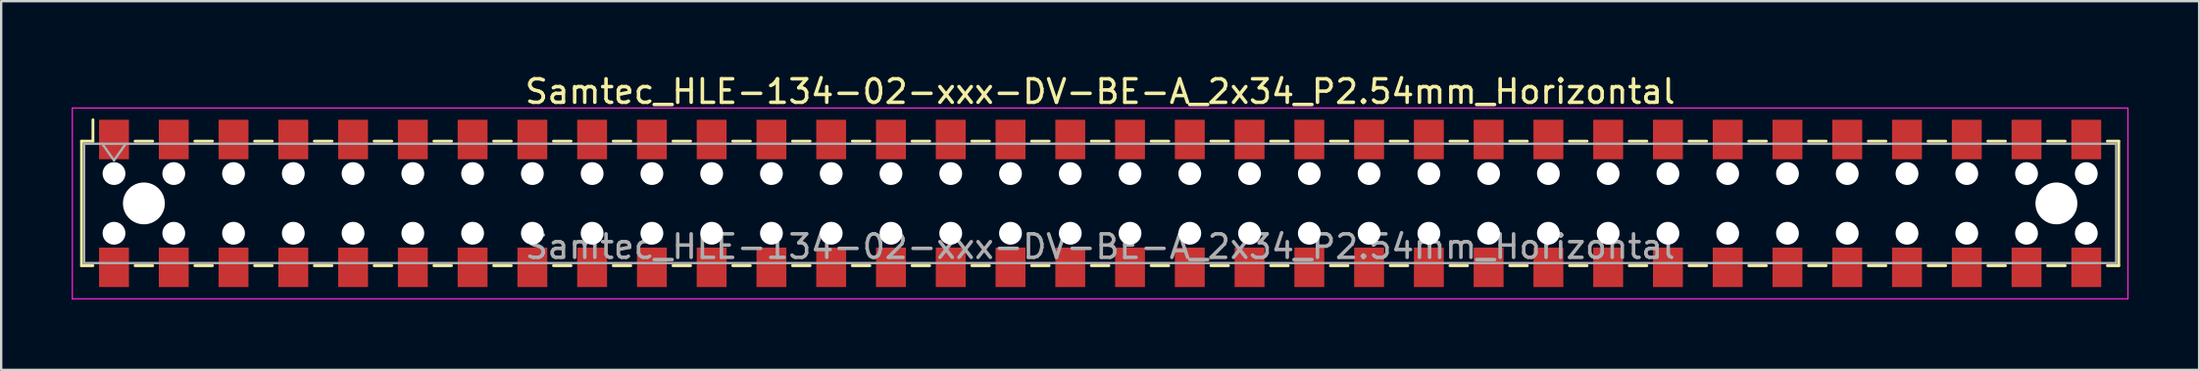
<source format=kicad_pcb>
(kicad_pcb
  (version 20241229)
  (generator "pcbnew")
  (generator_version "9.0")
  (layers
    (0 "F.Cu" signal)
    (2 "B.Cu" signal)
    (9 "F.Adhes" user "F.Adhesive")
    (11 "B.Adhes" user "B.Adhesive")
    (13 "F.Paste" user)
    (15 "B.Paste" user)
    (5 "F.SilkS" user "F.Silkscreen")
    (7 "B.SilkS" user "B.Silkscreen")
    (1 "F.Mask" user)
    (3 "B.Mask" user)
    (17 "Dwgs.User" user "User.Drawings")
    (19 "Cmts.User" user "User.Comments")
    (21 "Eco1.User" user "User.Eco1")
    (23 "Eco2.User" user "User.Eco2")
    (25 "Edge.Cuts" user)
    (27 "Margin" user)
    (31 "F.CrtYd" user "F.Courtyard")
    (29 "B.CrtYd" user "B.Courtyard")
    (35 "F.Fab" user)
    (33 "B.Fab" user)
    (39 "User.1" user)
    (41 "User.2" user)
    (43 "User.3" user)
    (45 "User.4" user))
  (footprint "Samtec_HLE-134-02-xxx-DV-BE-A_2x34_P2.54mm_Horizontal"
    (layer "F.Cu")
    (at 43.705 5.608)
    (property "Reference" "Samtec_HLE-134-02-xxx-DV-BE-A_2x34_P2.54mm_Horizontal" (at 0 -4.76 0) (layer "F.SilkS") (effects (font (size 1 1) (thickness 0.15))))
    (attr smd)
    (fp_line (start -43.29 -2.65) (end -43.29 2.65) (stroke (width 0.12) (type solid)) (layer "F.SilkS"))
    (fp_line (start -43.29 2.65) (end -42.805 2.65) (stroke (width 0.12) (type solid)) (layer "F.SilkS"))
    (fp_line (start -42.805 -3.56) (end -42.805 -2.65) (stroke (width 0.12) (type solid)) (layer "F.SilkS"))
    (fp_line (start -42.805 -2.65) (end -43.29 -2.65) (stroke (width 0.12) (type solid)) (layer "F.SilkS"))
    (fp_line (start -41.015 -2.65) (end -40.265 -2.65) (stroke (width 0.12) (type solid)) (layer "F.SilkS"))
    (fp_line (start -41.015 2.65) (end -40.265 2.65) (stroke (width 0.12) (type solid)) (layer "F.SilkS"))
    (fp_line (start -38.475 -2.65) (end -37.725 -2.65) (stroke (width 0.12) (type solid)) (layer "F.SilkS"))
    (fp_line (start -38.475 2.65) (end -37.725 2.65) (stroke (width 0.12) (type solid)) (layer "F.SilkS"))
    (fp_line (start -35.935 -2.65) (end -35.185 -2.65) (stroke (width 0.12) (type solid)) (layer "F.SilkS"))
    (fp_line (start -35.935 2.65) (end -35.185 2.65) (stroke (width 0.12) (type solid)) (layer "F.SilkS"))
    (fp_line (start -33.395 -2.65) (end -32.645 -2.65) (stroke (width 0.12) (type solid)) (layer "F.SilkS"))
    (fp_line (start -33.395 2.65) (end -32.645 2.65) (stroke (width 0.12) (type solid)) (layer "F.SilkS"))
    (fp_line (start -30.855 -2.65) (end -30.105 -2.65) (stroke (width 0.12) (type solid)) (layer "F.SilkS"))
    (fp_line (start -30.855 2.65) (end -30.105 2.65) (stroke (width 0.12) (type solid)) (layer "F.SilkS"))
    (fp_line (start -28.315 -2.65) (end -27.565 -2.65) (stroke (width 0.12) (type solid)) (layer "F.SilkS"))
    (fp_line (start -28.315 2.65) (end -27.565 2.65) (stroke (width 0.12) (type solid)) (layer "F.SilkS"))
    (fp_line (start -25.775 -2.65) (end -25.025 -2.65) (stroke (width 0.12) (type solid)) (layer "F.SilkS"))
    (fp_line (start -25.775 2.65) (end -25.025 2.65) (stroke (width 0.12) (type solid)) (layer "F.SilkS"))
    (fp_line (start -23.235 -2.65) (end -22.485 -2.65) (stroke (width 0.12) (type solid)) (layer "F.SilkS"))
    (fp_line (start -23.235 2.65) (end -22.485 2.65) (stroke (width 0.12) (type solid)) (layer "F.SilkS"))
    (fp_line (start -20.695 -2.65) (end -19.945 -2.65) (stroke (width 0.12) (type solid)) (layer "F.SilkS"))
    (fp_line (start -20.695 2.65) (end -19.945 2.65) (stroke (width 0.12) (type solid)) (layer "F.SilkS"))
    (fp_line (start -18.155 -2.65) (end -17.405 -2.65) (stroke (width 0.12) (type solid)) (layer "F.SilkS"))
    (fp_line (start -18.155 2.65) (end -17.405 2.65) (stroke (width 0.12) (type solid)) (layer "F.SilkS"))
    (fp_line (start -15.615 -2.65) (end -14.865 -2.65) (stroke (width 0.12) (type solid)) (layer "F.SilkS"))
    (fp_line (start -15.615 2.65) (end -14.865 2.65) (stroke (width 0.12) (type solid)) (layer "F.SilkS"))
    (fp_line (start -13.075 -2.65) (end -12.325 -2.65) (stroke (width 0.12) (type solid)) (layer "F.SilkS"))
    (fp_line (start -13.075 2.65) (end -12.325 2.65) (stroke (width 0.12) (type solid)) (layer "F.SilkS"))
    (fp_line (start -10.535 -2.65) (end -9.785 -2.65) (stroke (width 0.12) (type solid)) (layer "F.SilkS"))
    (fp_line (start -10.535 2.65) (end -9.785 2.65) (stroke (width 0.12) (type solid)) (layer "F.SilkS"))
    (fp_line (start -7.995 -2.65) (end -7.245 -2.65) (stroke (width 0.12) (type solid)) (layer "F.SilkS"))
    (fp_line (start -7.995 2.65) (end -7.245 2.65) (stroke (width 0.12) (type solid)) (layer "F.SilkS"))
    (fp_line (start -5.455 -2.65) (end -4.705 -2.65) (stroke (width 0.12) (type solid)) (layer "F.SilkS"))
    (fp_line (start -5.455 2.65) (end -4.705 2.65) (stroke (width 0.12) (type solid)) (layer "F.SilkS"))
    (fp_line (start -2.915 -2.65) (end -2.165 -2.65) (stroke (width 0.12) (type solid)) (layer "F.SilkS"))
    (fp_line (start -2.915 2.65) (end -2.165 2.65) (stroke (width 0.12) (type solid)) (layer "F.SilkS"))
    (fp_line (start -0.375 -2.65) (end 0.375 -2.65) (stroke (width 0.12) (type solid)) (layer "F.SilkS"))
    (fp_line (start -0.375 2.65) (end 0.375 2.65) (stroke (width 0.12) (type solid)) (layer "F.SilkS"))
    (fp_line (start 2.165 -2.65) (end 2.915 -2.65) (stroke (width 0.12) (type solid)) (layer "F.SilkS"))
    (fp_line (start 2.165 2.65) (end 2.915 2.65) (stroke (width 0.12) (type solid)) (layer "F.SilkS"))
    (fp_line (start 4.705 -2.65) (end 5.455 -2.65) (stroke (width 0.12) (type solid)) (layer "F.SilkS"))
    (fp_line (start 4.705 2.65) (end 5.455 2.65) (stroke (width 0.12) (type solid)) (layer "F.SilkS"))
    (fp_line (start 7.245 -2.65) (end 7.995 -2.65) (stroke (width 0.12) (type solid)) (layer "F.SilkS"))
    (fp_line (start 7.245 2.65) (end 7.995 2.65) (stroke (width 0.12) (type solid)) (layer "F.SilkS"))
    (fp_line (start 9.785 -2.65) (end 10.535 -2.65) (stroke (width 0.12) (type solid)) (layer "F.SilkS"))
    (fp_line (start 9.785 2.65) (end 10.535 2.65) (stroke (width 0.12) (type solid)) (layer "F.SilkS"))
    (fp_line (start 12.325 -2.65) (end 13.075 -2.65) (stroke (width 0.12) (type solid)) (layer "F.SilkS"))
    (fp_line (start 12.325 2.65) (end 13.075 2.65) (stroke (width 0.12) (type solid)) (layer "F.SilkS"))
    (fp_line (start 14.865 -2.65) (end 15.615 -2.65) (stroke (width 0.12) (type solid)) (layer "F.SilkS"))
    (fp_line (start 14.865 2.65) (end 15.615 2.65) (stroke (width 0.12) (type solid)) (layer "F.SilkS"))
    (fp_line (start 17.405 -2.65) (end 18.155 -2.65) (stroke (width 0.12) (type solid)) (layer "F.SilkS"))
    (fp_line (start 17.405 2.65) (end 18.155 2.65) (stroke (width 0.12) (type solid)) (layer "F.SilkS"))
    (fp_line (start 19.945 -2.65) (end 20.695 -2.65) (stroke (width 0.12) (type solid)) (layer "F.SilkS"))
    (fp_line (start 19.945 2.65) (end 20.695 2.65) (stroke (width 0.12) (type solid)) (layer "F.SilkS"))
    (fp_line (start 22.485 -2.65) (end 23.235 -2.65) (stroke (width 0.12) (type solid)) (layer "F.SilkS"))
    (fp_line (start 22.485 2.65) (end 23.235 2.65) (stroke (width 0.12) (type solid)) (layer "F.SilkS"))
    (fp_line (start 25.025 -2.65) (end 25.775 -2.65) (stroke (width 0.12) (type solid)) (layer "F.SilkS"))
    (fp_line (start 25.025 2.65) (end 25.775 2.65) (stroke (width 0.12) (type solid)) (layer "F.SilkS"))
    (fp_line (start 27.565 -2.65) (end 28.315 -2.65) (stroke (width 0.12) (type solid)) (layer "F.SilkS"))
    (fp_line (start 27.565 2.65) (end 28.315 2.65) (stroke (width 0.12) (type solid)) (layer "F.SilkS"))
    (fp_line (start 30.105 -2.65) (end 30.855 -2.65) (stroke (width 0.12) (type solid)) (layer "F.SilkS"))
    (fp_line (start 30.105 2.65) (end 30.855 2.65) (stroke (width 0.12) (type solid)) (layer "F.SilkS"))
    (fp_line (start 32.645 -2.65) (end 33.395 -2.65) (stroke (width 0.12) (type solid)) (layer "F.SilkS"))
    (fp_line (start 32.645 2.65) (end 33.395 2.65) (stroke (width 0.12) (type solid)) (layer "F.SilkS"))
    (fp_line (start 35.185 -2.65) (end 35.935 -2.65) (stroke (width 0.12) (type solid)) (layer "F.SilkS"))
    (fp_line (start 35.185 2.65) (end 35.935 2.65) (stroke (width 0.12) (type solid)) (layer "F.SilkS"))
    (fp_line (start 37.725 -2.65) (end 38.475 -2.65) (stroke (width 0.12) (type solid)) (layer "F.SilkS"))
    (fp_line (start 37.725 2.65) (end 38.475 2.65) (stroke (width 0.12) (type solid)) (layer "F.SilkS"))
    (fp_line (start 40.265 -2.65) (end 41.015 -2.65) (stroke (width 0.12) (type solid)) (layer "F.SilkS"))
    (fp_line (start 40.265 2.65) (end 41.015 2.65) (stroke (width 0.12) (type solid)) (layer "F.SilkS"))
    (fp_line (start 42.805 -2.65) (end 43.29 -2.65) (stroke (width 0.12) (type solid)) (layer "F.SilkS"))
    (fp_line (start 43.29 -2.65) (end 43.29 2.65) (stroke (width 0.12) (type solid)) (layer "F.SilkS"))
    (fp_line (start 43.29 2.65) (end 42.805 2.65) (stroke (width 0.12) (type solid)) (layer "F.SilkS"))
    (fp_line (start -43.68 -4.06) (end 43.68 -4.06) (stroke (width 0.05) (type solid)) (layer "F.CrtYd"))
    (fp_line (start -43.68 4.06) (end -43.68 -4.06) (stroke (width 0.05) (type solid)) (layer "F.CrtYd"))
    (fp_line (start 43.68 -4.06) (end 43.68 4.06) (stroke (width 0.05) (type solid)) (layer "F.CrtYd"))
    (fp_line (start 43.68 4.06) (end -43.68 4.06) (stroke (width 0.05) (type solid)) (layer "F.CrtYd"))
    (fp_line (start -43.18 -2.54) (end 43.18 -2.54) (stroke (width 0.1) (type solid)) (layer "F.Fab"))
    (fp_line (start -43.18 2.54) (end -43.18 -2.54) (stroke (width 0.1) (type solid)) (layer "F.Fab"))
    (fp_line (start -42.41 -2.54) (end -41.91 -1.833) (stroke (width 0.1) (type solid)) (layer "F.Fab"))
    (fp_line (start -41.91 -1.833) (end -41.41 -2.54) (stroke (width 0.1) (type solid)) (layer "F.Fab"))
    (fp_line (start 43.18 -2.54) (end 43.18 2.54) (stroke (width 0.1) (type solid)) (layer "F.Fab"))
    (fp_line (start 43.18 2.54) (end -43.18 2.54) (stroke (width 0.1) (type solid)) (layer "F.Fab"))
    (fp_text user "${REFERENCE}" (at 0 1.84 0) (layer "F.Fab") (effects (font (size 1 1) (thickness 0.15))))
    (pad "" np_thru_hole circle (at -41.91 -1.27) (size 0.97 0.97) (drill 0.97) (layers "*.Cu" "*.Mask"))
    (pad "" np_thru_hole circle (at -41.91 1.27) (size 0.97 0.97) (drill 0.97) (layers "*.Cu" "*.Mask"))
    (pad "" np_thru_hole circle (at -40.64 0) (size 1.78 1.78) (drill 1.78) (layers "*.Cu" "*.Mask"))
    (pad "" np_thru_hole circle (at -39.37 -1.27) (size 0.97 0.97) (drill 0.97) (layers "*.Cu" "*.Mask"))
    (pad "" np_thru_hole circle (at -39.37 1.27) (size 0.97 0.97) (drill 0.97) (layers "*.Cu" "*.Mask"))
    (pad "" np_thru_hole circle (at -36.83 -1.27) (size 0.97 0.97) (drill 0.97) (layers "*.Cu" "*.Mask"))
    (pad "" np_thru_hole circle (at -36.83 1.27) (size 0.97 0.97) (drill 0.97) (layers "*.Cu" "*.Mask"))
    (pad "" np_thru_hole circle (at -34.29 -1.27) (size 0.97 0.97) (drill 0.97) (layers "*.Cu" "*.Mask"))
    (pad "" np_thru_hole circle (at -34.29 1.27) (size 0.97 0.97) (drill 0.97) (layers "*.Cu" "*.Mask"))
    (pad "" np_thru_hole circle (at -31.75 -1.27) (size 0.97 0.97) (drill 0.97) (layers "*.Cu" "*.Mask"))
    (pad "" np_thru_hole circle (at -31.75 1.27) (size 0.97 0.97) (drill 0.97) (layers "*.Cu" "*.Mask"))
    (pad "" np_thru_hole circle (at -29.21 -1.27) (size 0.97 0.97) (drill 0.97) (layers "*.Cu" "*.Mask"))
    (pad "" np_thru_hole circle (at -29.21 1.27) (size 0.97 0.97) (drill 0.97) (layers "*.Cu" "*.Mask"))
    (pad "" np_thru_hole circle (at -26.67 -1.27) (size 0.97 0.97) (drill 0.97) (layers "*.Cu" "*.Mask"))
    (pad "" np_thru_hole circle (at -26.67 1.27) (size 0.97 0.97) (drill 0.97) (layers "*.Cu" "*.Mask"))
    (pad "" np_thru_hole circle (at -24.13 -1.27) (size 0.97 0.97) (drill 0.97) (layers "*.Cu" "*.Mask"))
    (pad "" np_thru_hole circle (at -24.13 1.27) (size 0.97 0.97) (drill 0.97) (layers "*.Cu" "*.Mask"))
    (pad "" np_thru_hole circle (at -21.59 -1.27) (size 0.97 0.97) (drill 0.97) (layers "*.Cu" "*.Mask"))
    (pad "" np_thru_hole circle (at -21.59 1.27) (size 0.97 0.97) (drill 0.97) (layers "*.Cu" "*.Mask"))
    (pad "" np_thru_hole circle (at -19.05 -1.27) (size 0.97 0.97) (drill 0.97) (layers "*.Cu" "*.Mask"))
    (pad "" np_thru_hole circle (at -19.05 1.27) (size 0.97 0.97) (drill 0.97) (layers "*.Cu" "*.Mask"))
    (pad "" np_thru_hole circle (at -16.51 -1.27) (size 0.97 0.97) (drill 0.97) (layers "*.Cu" "*.Mask"))
    (pad "" np_thru_hole circle (at -16.51 1.27) (size 0.97 0.97) (drill 0.97) (layers "*.Cu" "*.Mask"))
    (pad "" np_thru_hole circle (at -13.97 -1.27) (size 0.97 0.97) (drill 0.97) (layers "*.Cu" "*.Mask"))
    (pad "" np_thru_hole circle (at -13.97 1.27) (size 0.97 0.97) (drill 0.97) (layers "*.Cu" "*.Mask"))
    (pad "" np_thru_hole circle (at -11.43 -1.27) (size 0.97 0.97) (drill 0.97) (layers "*.Cu" "*.Mask"))
    (pad "" np_thru_hole circle (at -11.43 1.27) (size 0.97 0.97) (drill 0.97) (layers "*.Cu" "*.Mask"))
    (pad "" np_thru_hole circle (at -8.89 -1.27) (size 0.97 0.97) (drill 0.97) (layers "*.Cu" "*.Mask"))
    (pad "" np_thru_hole circle (at -8.89 1.27) (size 0.97 0.97) (drill 0.97) (layers "*.Cu" "*.Mask"))
    (pad "" np_thru_hole circle (at -6.35 -1.27) (size 0.97 0.97) (drill 0.97) (layers "*.Cu" "*.Mask"))
    (pad "" np_thru_hole circle (at -6.35 1.27) (size 0.97 0.97) (drill 0.97) (layers "*.Cu" "*.Mask"))
    (pad "" np_thru_hole circle (at -3.81 -1.27) (size 0.97 0.97) (drill 0.97) (layers "*.Cu" "*.Mask"))
    (pad "" np_thru_hole circle (at -3.81 1.27) (size 0.97 0.97) (drill 0.97) (layers "*.Cu" "*.Mask"))
    (pad "" np_thru_hole circle (at -1.27 -1.27) (size 0.97 0.97) (drill 0.97) (layers "*.Cu" "*.Mask"))
    (pad "" np_thru_hole circle (at -1.27 1.27) (size 0.97 0.97) (drill 0.97) (layers "*.Cu" "*.Mask"))
    (pad "" np_thru_hole circle (at 1.27 -1.27) (size 0.97 0.97) (drill 0.97) (layers "*.Cu" "*.Mask"))
    (pad "" np_thru_hole circle (at 1.27 1.27) (size 0.97 0.97) (drill 0.97) (layers "*.Cu" "*.Mask"))
    (pad "" np_thru_hole circle (at 3.81 -1.27) (size 0.97 0.97) (drill 0.97) (layers "*.Cu" "*.Mask"))
    (pad "" np_thru_hole circle (at 3.81 1.27) (size 0.97 0.97) (drill 0.97) (layers "*.Cu" "*.Mask"))
    (pad "" np_thru_hole circle (at 6.35 -1.27) (size 0.97 0.97) (drill 0.97) (layers "*.Cu" "*.Mask"))
    (pad "" np_thru_hole circle (at 6.35 1.27) (size 0.97 0.97) (drill 0.97) (layers "*.Cu" "*.Mask"))
    (pad "" np_thru_hole circle (at 8.89 -1.27) (size 0.97 0.97) (drill 0.97) (layers "*.Cu" "*.Mask"))
    (pad "" np_thru_hole circle (at 8.89 1.27) (size 0.97 0.97) (drill 0.97) (layers "*.Cu" "*.Mask"))
    (pad "" np_thru_hole circle (at 11.43 -1.27) (size 0.97 0.97) (drill 0.97) (layers "*.Cu" "*.Mask"))
    (pad "" np_thru_hole circle (at 11.43 1.27) (size 0.97 0.97) (drill 0.97) (layers "*.Cu" "*.Mask"))
    (pad "" np_thru_hole circle (at 13.97 -1.27) (size 0.97 0.97) (drill 0.97) (layers "*.Cu" "*.Mask"))
    (pad "" np_thru_hole circle (at 13.97 1.27) (size 0.97 0.97) (drill 0.97) (layers "*.Cu" "*.Mask"))
    (pad "" np_thru_hole circle (at 16.51 -1.27) (size 0.97 0.97) (drill 0.97) (layers "*.Cu" "*.Mask"))
    (pad "" np_thru_hole circle (at 16.51 1.27) (size 0.97 0.97) (drill 0.97) (layers "*.Cu" "*.Mask"))
    (pad "" np_thru_hole circle (at 19.05 -1.27) (size 0.97 0.97) (drill 0.97) (layers "*.Cu" "*.Mask"))
    (pad "" np_thru_hole circle (at 19.05 1.27) (size 0.97 0.97) (drill 0.97) (layers "*.Cu" "*.Mask"))
    (pad "" np_thru_hole circle (at 21.59 -1.27) (size 0.97 0.97) (drill 0.97) (layers "*.Cu" "*.Mask"))
    (pad "" np_thru_hole circle (at 21.59 1.27) (size 0.97 0.97) (drill 0.97) (layers "*.Cu" "*.Mask"))
    (pad "" np_thru_hole circle (at 24.13 -1.27) (size 0.97 0.97) (drill 0.97) (layers "*.Cu" "*.Mask"))
    (pad "" np_thru_hole circle (at 24.13 1.27) (size 0.97 0.97) (drill 0.97) (layers "*.Cu" "*.Mask"))
    (pad "" np_thru_hole circle (at 26.67 -1.27) (size 0.97 0.97) (drill 0.97) (layers "*.Cu" "*.Mask"))
    (pad "" np_thru_hole circle (at 26.67 1.27) (size 0.97 0.97) (drill 0.97) (layers "*.Cu" "*.Mask"))
    (pad "" np_thru_hole circle (at 29.21 -1.27) (size 0.97 0.97) (drill 0.97) (layers "*.Cu" "*.Mask"))
    (pad "" np_thru_hole circle (at 29.21 1.27) (size 0.97 0.97) (drill 0.97) (layers "*.Cu" "*.Mask"))
    (pad "" np_thru_hole circle (at 31.75 -1.27) (size 0.97 0.97) (drill 0.97) (layers "*.Cu" "*.Mask"))
    (pad "" np_thru_hole circle (at 31.75 1.27) (size 0.97 0.97) (drill 0.97) (layers "*.Cu" "*.Mask"))
    (pad "" np_thru_hole circle (at 34.29 -1.27) (size 0.97 0.97) (drill 0.97) (layers "*.Cu" "*.Mask"))
    (pad "" np_thru_hole circle (at 34.29 1.27) (size 0.97 0.97) (drill 0.97) (layers "*.Cu" "*.Mask"))
    (pad "" np_thru_hole circle (at 36.83 -1.27) (size 0.97 0.97) (drill 0.97) (layers "*.Cu" "*.Mask"))
    (pad "" np_thru_hole circle (at 36.83 1.27) (size 0.97 0.97) (drill 0.97) (layers "*.Cu" "*.Mask"))
    (pad "" np_thru_hole circle (at 39.37 -1.27) (size 0.97 0.97) (drill 0.97) (layers "*.Cu" "*.Mask"))
    (pad "" np_thru_hole circle (at 39.37 1.27) (size 0.97 0.97) (drill 0.97) (layers "*.Cu" "*.Mask"))
    (pad "" np_thru_hole circle (at 40.64 0) (size 1.78 1.78) (drill 1.78) (layers "*.Cu" "*.Mask"))
    (pad "" np_thru_hole circle (at 41.91 -1.27) (size 0.97 0.97) (drill 0.97) (layers "*.Cu" "*.Mask"))
    (pad "" np_thru_hole circle (at 41.91 1.27) (size 0.97 0.97) (drill 0.97) (layers "*.Cu" "*.Mask"))
    (pad "1" smd rect (at -41.91 -2.72) (size 1.27 1.68) (layers "F.Cu" "F.Mask" "F.Paste"))
    (pad "2" smd rect (at -41.91 2.72) (size 1.27 1.68) (layers "F.Cu" "F.Mask" "F.Paste"))
    (pad "3" smd rect (at -39.37 -2.72) (size 1.27 1.68) (layers "F.Cu" "F.Mask" "F.Paste"))
    (pad "4" smd rect (at -39.37 2.72) (size 1.27 1.68) (layers "F.Cu" "F.Mask" "F.Paste"))
    (pad "5" smd rect (at -36.83 -2.72) (size 1.27 1.68) (layers "F.Cu" "F.Mask" "F.Paste"))
    (pad "6" smd rect (at -36.83 2.72) (size 1.27 1.68) (layers "F.Cu" "F.Mask" "F.Paste"))
    (pad "7" smd rect (at -34.29 -2.72) (size 1.27 1.68) (layers "F.Cu" "F.Mask" "F.Paste"))
    (pad "8" smd rect (at -34.29 2.72) (size 1.27 1.68) (layers "F.Cu" "F.Mask" "F.Paste"))
    (pad "9" smd rect (at -31.75 -2.72) (size 1.27 1.68) (layers "F.Cu" "F.Mask" "F.Paste"))
    (pad "10" smd rect (at -31.75 2.72) (size 1.27 1.68) (layers "F.Cu" "F.Mask" "F.Paste"))
    (pad "11" smd rect (at -29.21 -2.72) (size 1.27 1.68) (layers "F.Cu" "F.Mask" "F.Paste"))
    (pad "12" smd rect (at -29.21 2.72) (size 1.27 1.68) (layers "F.Cu" "F.Mask" "F.Paste"))
    (pad "13" smd rect (at -26.67 -2.72) (size 1.27 1.68) (layers "F.Cu" "F.Mask" "F.Paste"))
    (pad "14" smd rect (at -26.67 2.72) (size 1.27 1.68) (layers "F.Cu" "F.Mask" "F.Paste"))
    (pad "15" smd rect (at -24.13 -2.72) (size 1.27 1.68) (layers "F.Cu" "F.Mask" "F.Paste"))
    (pad "16" smd rect (at -24.13 2.72) (size 1.27 1.68) (layers "F.Cu" "F.Mask" "F.Paste"))
    (pad "17" smd rect (at -21.59 -2.72) (size 1.27 1.68) (layers "F.Cu" "F.Mask" "F.Paste"))
    (pad "18" smd rect (at -21.59 2.72) (size 1.27 1.68) (layers "F.Cu" "F.Mask" "F.Paste"))
    (pad "19" smd rect (at -19.05 -2.72) (size 1.27 1.68) (layers "F.Cu" "F.Mask" "F.Paste"))
    (pad "20" smd rect (at -19.05 2.72) (size 1.27 1.68) (layers "F.Cu" "F.Mask" "F.Paste"))
    (pad "21" smd rect (at -16.51 -2.72) (size 1.27 1.68) (layers "F.Cu" "F.Mask" "F.Paste"))
    (pad "22" smd rect (at -16.51 2.72) (size 1.27 1.68) (layers "F.Cu" "F.Mask" "F.Paste"))
    (pad "23" smd rect (at -13.97 -2.72) (size 1.27 1.68) (layers "F.Cu" "F.Mask" "F.Paste"))
    (pad "24" smd rect (at -13.97 2.72) (size 1.27 1.68) (layers "F.Cu" "F.Mask" "F.Paste"))
    (pad "25" smd rect (at -11.43 -2.72) (size 1.27 1.68) (layers "F.Cu" "F.Mask" "F.Paste"))
    (pad "26" smd rect (at -11.43 2.72) (size 1.27 1.68) (layers "F.Cu" "F.Mask" "F.Paste"))
    (pad "27" smd rect (at -8.89 -2.72) (size 1.27 1.68) (layers "F.Cu" "F.Mask" "F.Paste"))
    (pad "28" smd rect (at -8.89 2.72) (size 1.27 1.68) (layers "F.Cu" "F.Mask" "F.Paste"))
    (pad "29" smd rect (at -6.35 -2.72) (size 1.27 1.68) (layers "F.Cu" "F.Mask" "F.Paste"))
    (pad "30" smd rect (at -6.35 2.72) (size 1.27 1.68) (layers "F.Cu" "F.Mask" "F.Paste"))
    (pad "31" smd rect (at -3.81 -2.72) (size 1.27 1.68) (layers "F.Cu" "F.Mask" "F.Paste"))
    (pad "32" smd rect (at -3.81 2.72) (size 1.27 1.68) (layers "F.Cu" "F.Mask" "F.Paste"))
    (pad "33" smd rect (at -1.27 -2.72) (size 1.27 1.68) (layers "F.Cu" "F.Mask" "F.Paste"))
    (pad "34" smd rect (at -1.27 2.72) (size 1.27 1.68) (layers "F.Cu" "F.Mask" "F.Paste"))
    (pad "35" smd rect (at 1.27 -2.72) (size 1.27 1.68) (layers "F.Cu" "F.Mask" "F.Paste"))
    (pad "36" smd rect (at 1.27 2.72) (size 1.27 1.68) (layers "F.Cu" "F.Mask" "F.Paste"))
    (pad "37" smd rect (at 3.81 -2.72) (size 1.27 1.68) (layers "F.Cu" "F.Mask" "F.Paste"))
    (pad "38" smd rect (at 3.81 2.72) (size 1.27 1.68) (layers "F.Cu" "F.Mask" "F.Paste"))
    (pad "39" smd rect (at 6.35 -2.72) (size 1.27 1.68) (layers "F.Cu" "F.Mask" "F.Paste"))
    (pad "40" smd rect (at 6.35 2.72) (size 1.27 1.68) (layers "F.Cu" "F.Mask" "F.Paste"))
    (pad "41" smd rect (at 8.89 -2.72) (size 1.27 1.68) (layers "F.Cu" "F.Mask" "F.Paste"))
    (pad "42" smd rect (at 8.89 2.72) (size 1.27 1.68) (layers "F.Cu" "F.Mask" "F.Paste"))
    (pad "43" smd rect (at 11.43 -2.72) (size 1.27 1.68) (layers "F.Cu" "F.Mask" "F.Paste"))
    (pad "44" smd rect (at 11.43 2.72) (size 1.27 1.68) (layers "F.Cu" "F.Mask" "F.Paste"))
    (pad "45" smd rect (at 13.97 -2.72) (size 1.27 1.68) (layers "F.Cu" "F.Mask" "F.Paste"))
    (pad "46" smd rect (at 13.97 2.72) (size 1.27 1.68) (layers "F.Cu" "F.Mask" "F.Paste"))
    (pad "47" smd rect (at 16.51 -2.72) (size 1.27 1.68) (layers "F.Cu" "F.Mask" "F.Paste"))
    (pad "48" smd rect (at 16.51 2.72) (size 1.27 1.68) (layers "F.Cu" "F.Mask" "F.Paste"))
    (pad "49" smd rect (at 19.05 -2.72) (size 1.27 1.68) (layers "F.Cu" "F.Mask" "F.Paste"))
    (pad "50" smd rect (at 19.05 2.72) (size 1.27 1.68) (layers "F.Cu" "F.Mask" "F.Paste"))
    (pad "51" smd rect (at 21.59 -2.72) (size 1.27 1.68) (layers "F.Cu" "F.Mask" "F.Paste"))
    (pad "52" smd rect (at 21.59 2.72) (size 1.27 1.68) (layers "F.Cu" "F.Mask" "F.Paste"))
    (pad "53" smd rect (at 24.13 -2.72) (size 1.27 1.68) (layers "F.Cu" "F.Mask" "F.Paste"))
    (pad "54" smd rect (at 24.13 2.72) (size 1.27 1.68) (layers "F.Cu" "F.Mask" "F.Paste"))
    (pad "55" smd rect (at 26.67 -2.72) (size 1.27 1.68) (layers "F.Cu" "F.Mask" "F.Paste"))
    (pad "56" smd rect (at 26.67 2.72) (size 1.27 1.68) (layers "F.Cu" "F.Mask" "F.Paste"))
    (pad "57" smd rect (at 29.21 -2.72) (size 1.27 1.68) (layers "F.Cu" "F.Mask" "F.Paste"))
    (pad "58" smd rect (at 29.21 2.72) (size 1.27 1.68) (layers "F.Cu" "F.Mask" "F.Paste"))
    (pad "59" smd rect (at 31.75 -2.72) (size 1.27 1.68) (layers "F.Cu" "F.Mask" "F.Paste"))
    (pad "60" smd rect (at 31.75 2.72) (size 1.27 1.68) (layers "F.Cu" "F.Mask" "F.Paste"))
    (pad "61" smd rect (at 34.29 -2.72) (size 1.27 1.68) (layers "F.Cu" "F.Mask" "F.Paste"))
    (pad "62" smd rect (at 34.29 2.72) (size 1.27 1.68) (layers "F.Cu" "F.Mask" "F.Paste"))
    (pad "63" smd rect (at 36.83 -2.72) (size 1.27 1.68) (layers "F.Cu" "F.Mask" "F.Paste"))
    (pad "64" smd rect (at 36.83 2.72) (size 1.27 1.68) (layers "F.Cu" "F.Mask" "F.Paste"))
    (pad "65" smd rect (at 39.37 -2.72) (size 1.27 1.68) (layers "F.Cu" "F.Mask" "F.Paste"))
    (pad "66" smd rect (at 39.37 2.72) (size 1.27 1.68) (layers "F.Cu" "F.Mask" "F.Paste"))
    (pad "67" smd rect (at 41.91 -2.72) (size 1.27 1.68) (layers "F.Cu" "F.Mask" "F.Paste"))
    (pad "68" smd rect (at 41.91 2.72) (size 1.27 1.68) (layers "F.Cu" "F.Mask" "F.Paste")))
  (gr_rect
    (start -3 -3)
    (end 90.41 12.693)
    (stroke (width 0.1) (type default))
    (fill no)
    (layer "Edge.Cuts")))
</source>
